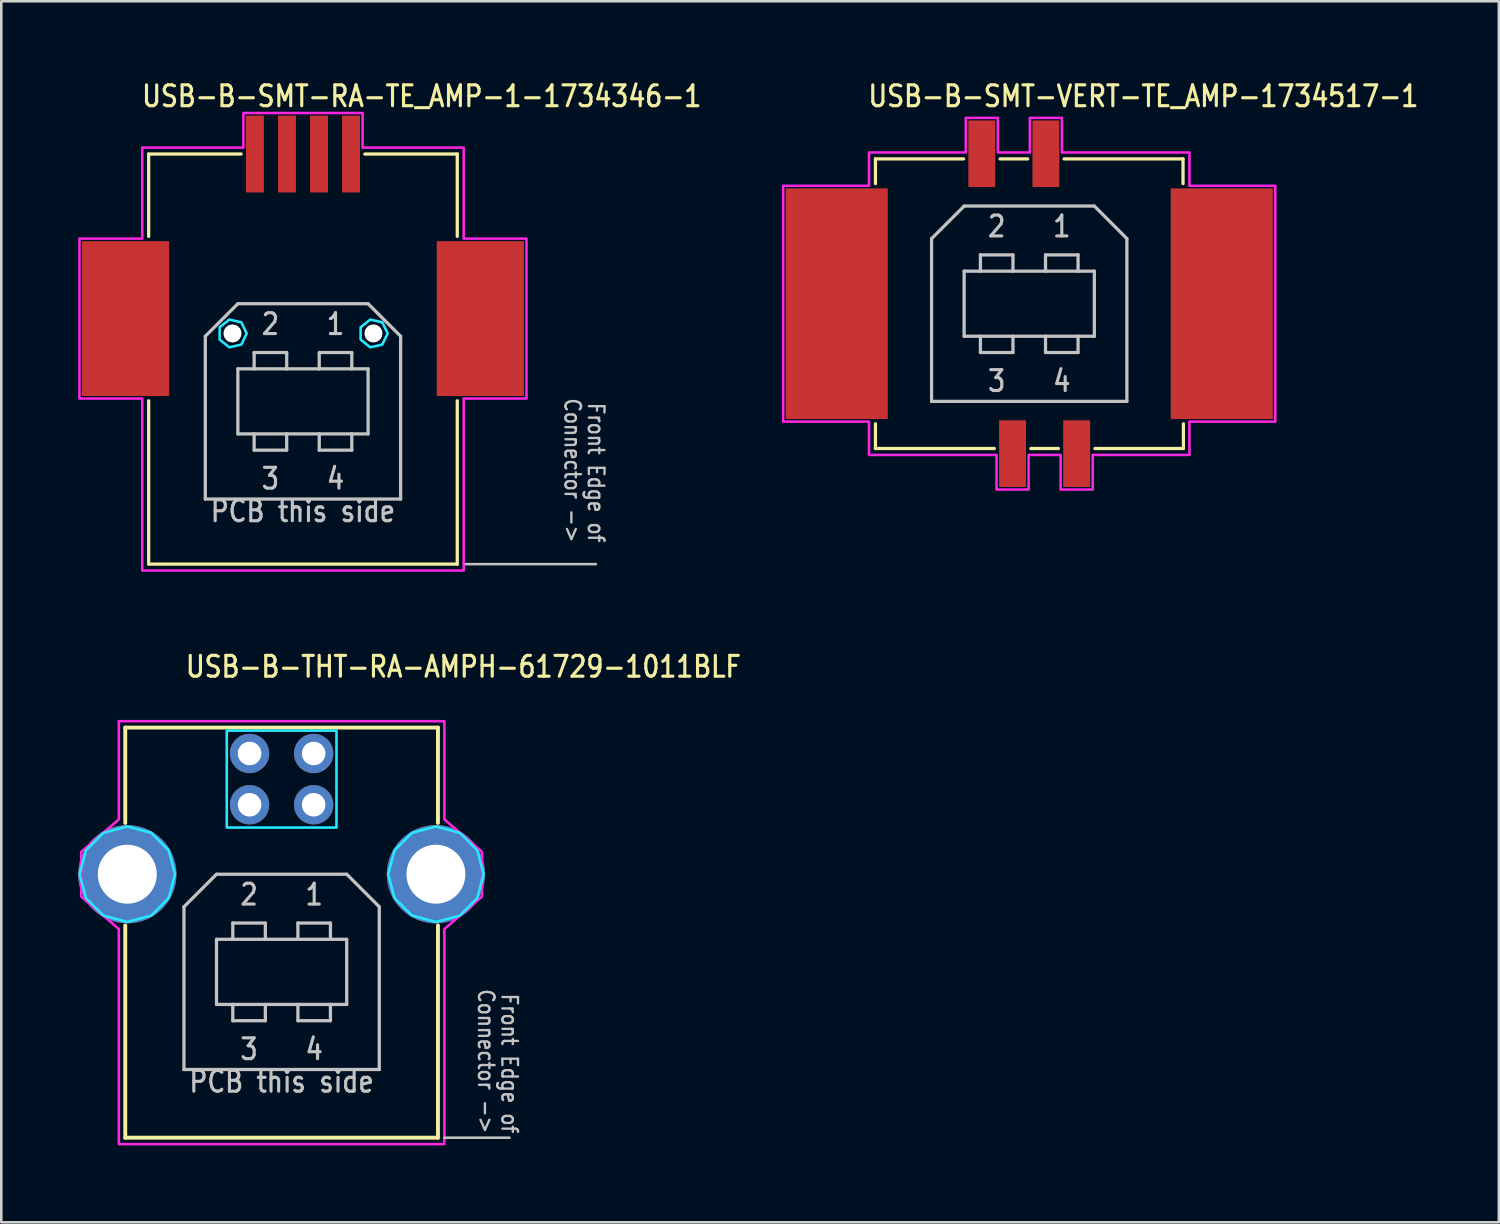
<source format=kicad_pcb>
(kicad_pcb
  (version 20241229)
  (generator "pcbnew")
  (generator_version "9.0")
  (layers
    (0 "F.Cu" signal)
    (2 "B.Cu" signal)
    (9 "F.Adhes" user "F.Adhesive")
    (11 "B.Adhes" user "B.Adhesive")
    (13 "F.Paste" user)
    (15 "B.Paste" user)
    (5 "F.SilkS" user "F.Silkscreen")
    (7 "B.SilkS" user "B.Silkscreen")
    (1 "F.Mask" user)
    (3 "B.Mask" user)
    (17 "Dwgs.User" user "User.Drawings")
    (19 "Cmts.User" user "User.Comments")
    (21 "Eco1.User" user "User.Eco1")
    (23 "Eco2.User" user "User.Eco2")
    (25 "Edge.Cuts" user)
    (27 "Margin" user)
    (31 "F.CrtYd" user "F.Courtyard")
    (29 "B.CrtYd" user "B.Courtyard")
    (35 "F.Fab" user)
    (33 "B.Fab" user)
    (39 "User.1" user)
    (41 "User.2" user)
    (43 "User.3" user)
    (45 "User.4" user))
  (footprint "USB-B-THT-RA-AMPH-61729-1011BLF"
    (layer "F.Cu")
    (at 7.937 31.057)
    (property "Reference" "USB-B-THT-RA-AMPH-61729-1011BLF" (at -3.81 -7.62 0) (unlocked yes) (layer "F.SilkS") (effects (font (size 0.813 0.695) (thickness 0.122)) (justify left bottom)))
    (fp_line (start -6.1 -5.72) (end 6.1 -5.72) (stroke (width 0.152) (type solid)) (layer "F.SilkS"))
    (fp_line (start -6.1 -2) (end -6.1 -5.72) (stroke (width 0.152) (type solid)) (layer "F.SilkS"))
    (fp_line (start -6.1 10.28) (end -6.1 2) (stroke (width 0.152) (type solid)) (layer "F.SilkS"))
    (fp_line (start 6.1 -5.72) (end 6.1 -2) (stroke (width 0.152) (type solid)) (layer "F.SilkS"))
    (fp_line (start 6.1 2) (end 6.1 10.28) (stroke (width 0.152) (type solid)) (layer "F.SilkS"))
    (fp_line (start 6.1 10.28) (end -6.1 10.28) (stroke (width 0.152) (type solid)) (layer "F.SilkS"))
    (fp_line (start -3.81 1.27) (end -3.81 7.62) (stroke (width 0.127) (type solid)) (layer "Dwgs.User"))
    (fp_line (start -3.81 7.62) (end 3.81 7.62) (stroke (width 0.127) (type solid)) (layer "Dwgs.User"))
    (fp_line (start -2.54 0) (end -3.81 1.27) (stroke (width 0.127) (type solid)) (layer "Dwgs.User"))
    (fp_line (start -2.54 2.54) (end -1.905 2.54) (stroke (width 0.127) (type solid)) (layer "Dwgs.User"))
    (fp_line (start -2.54 5.08) (end -2.54 2.54) (stroke (width 0.127) (type solid)) (layer "Dwgs.User"))
    (fp_line (start -1.905 1.905) (end -1.905 2.54) (stroke (width 0.127) (type solid)) (layer "Dwgs.User"))
    (fp_line (start -1.905 2.54) (end -0.635 2.54) (stroke (width 0.127) (type solid)) (layer "Dwgs.User"))
    (fp_line (start -1.905 5.08) (end -2.54 5.08) (stroke (width 0.127) (type solid)) (layer "Dwgs.User"))
    (fp_line (start -1.905 5.715) (end -1.905 5.08) (stroke (width 0.127) (type solid)) (layer "Dwgs.User"))
    (fp_line (start -0.635 1.905) (end -1.905 1.905) (stroke (width 0.127) (type solid)) (layer "Dwgs.User"))
    (fp_line (start -0.635 2.54) (end -0.635 1.905) (stroke (width 0.127) (type solid)) (layer "Dwgs.User"))
    (fp_line (start -0.635 2.54) (end 0.635 2.54) (stroke (width 0.127) (type solid)) (layer "Dwgs.User"))
    (fp_line (start -0.635 5.08) (end -1.905 5.08) (stroke (width 0.127) (type solid)) (layer "Dwgs.User"))
    (fp_line (start -0.635 5.08) (end -0.635 5.715) (stroke (width 0.127) (type solid)) (layer "Dwgs.User"))
    (fp_line (start -0.635 5.715) (end -1.905 5.715) (stroke (width 0.127) (type solid)) (layer "Dwgs.User"))
    (fp_line (start 0.635 1.905) (end 0.635 2.54) (stroke (width 0.127) (type solid)) (layer "Dwgs.User"))
    (fp_line (start 0.635 2.54) (end 1.905 2.54) (stroke (width 0.127) (type solid)) (layer "Dwgs.User"))
    (fp_line (start 0.635 5.08) (end -0.635 5.08) (stroke (width 0.127) (type solid)) (layer "Dwgs.User"))
    (fp_line (start 0.635 5.715) (end 0.635 5.08) (stroke (width 0.127) (type solid)) (layer "Dwgs.User"))
    (fp_line (start 1.905 1.905) (end 0.635 1.905) (stroke (width 0.127) (type solid)) (layer "Dwgs.User"))
    (fp_line (start 1.905 2.54) (end 1.905 1.905) (stroke (width 0.127) (type solid)) (layer "Dwgs.User"))
    (fp_line (start 1.905 2.54) (end 2.54 2.54) (stroke (width 0.127) (type solid)) (layer "Dwgs.User"))
    (fp_line (start 1.905 5.08) (end 0.635 5.08) (stroke (width 0.127) (type solid)) (layer "Dwgs.User"))
    (fp_line (start 1.905 5.08) (end 1.905 5.715) (stroke (width 0.127) (type solid)) (layer "Dwgs.User"))
    (fp_line (start 1.905 5.715) (end 0.635 5.715) (stroke (width 0.127) (type solid)) (layer "Dwgs.User"))
    (fp_line (start 2.54 0) (end -2.54 0) (stroke (width 0.127) (type solid)) (layer "Dwgs.User"))
    (fp_line (start 2.54 2.54) (end 2.54 5.08) (stroke (width 0.127) (type solid)) (layer "Dwgs.User"))
    (fp_line (start 2.54 5.08) (end 1.905 5.08) (stroke (width 0.127) (type solid)) (layer "Dwgs.User"))
    (fp_line (start 3.81 1.27) (end 2.54 0) (stroke (width 0.127) (type solid)) (layer "Dwgs.User"))
    (fp_line (start 3.81 7.62) (end 3.81 1.27) (stroke (width 0.127) (type solid)) (layer "Dwgs.User"))
    (fp_line (start 6.35 10.28) (end 8.89 10.28) (stroke (width 0.1) (type solid)) (layer "Dwgs.User"))
    (fp_poly (pts (xy -2.14 -5.6) (xy 2.14 -5.6) (xy 2.14 -1.82) (xy -2.14 -1.82)) (stroke (width 0.1) (type solid)) (fill no) (layer "B.CrtYd"))
    (fp_poly (pts (xy -4.157 0) (xy -4.406 -0.932) (xy -5.088 -1.614) (xy -6.02 -1.863) (xy -6.952 -1.614) (xy -7.634 -0.932) (xy -7.883 0) (xy -7.634 0.932) (xy -6.952 1.614) (xy -6.02 1.863) (xy -5.088 1.614) (xy -4.406 0.932)) (stroke (width 0.1) (type solid)) (fill no) (layer "B.CrtYd"))
    (fp_poly (pts (xy 7.883 0) (xy 7.634 -0.932) (xy 6.952 -1.614) (xy 6.02 -1.863) (xy 5.088 -1.614) (xy 4.406 -0.932) (xy 4.157 0) (xy 4.406 0.932) (xy 5.088 1.614) (xy 6.02 1.863) (xy 6.952 1.614) (xy 7.634 0.932)) (stroke (width 0.1) (type solid)) (fill no) (layer "B.CrtYd"))
    (fp_poly (pts (xy -6.35 -5.97) (xy 6.35 -5.97) (xy 6.35 -2.14) (xy 7.82 -0.87) (xy 7.82 0.87) (xy 6.35 2.14) (xy 6.35 10.53) (xy -6.35 10.53) (xy -6.35 2.14) (xy -7.82 0.87) (xy -7.82 -0.87) (xy -6.35 -2.14)) (stroke (width 0.1) (type solid)) (fill no) (layer "F.CrtYd"))
    (fp_text user "Front Edge of" (at 8.534 10.16 270) (unlocked yes) (layer "Dwgs.User") (effects (font (size 0.61 0.521) (thickness 0.091)) (justify right bottom)))
    (fp_text user "1" (at 1.27 1.27 0) (unlocked yes) (layer "Dwgs.User") (effects (font (size 0.813 0.695) (thickness 0.122)) (justify bottom)))
    (fp_text user "4" (at 1.27 6.35 0) (unlocked yes) (layer "Dwgs.User") (effects (font (size 0.813 0.695) (thickness 0.122)) (justify top)))
    (fp_text user "Connector ->" (at 7.62 10.16 270) (unlocked yes) (layer "Dwgs.User") (effects (font (size 0.61 0.521) (thickness 0.091)) (justify right bottom)))
    (fp_text user "3" (at -1.27 6.35 0) (unlocked yes) (layer "Dwgs.User") (effects (font (size 0.813 0.695) (thickness 0.122)) (justify top)))
    (fp_text user "PCB this side" (at 0 7.62 0) (unlocked yes) (layer "Dwgs.User") (effects (font (size 0.813 0.695) (thickness 0.122)) (justify top)))
    (fp_text user "2" (at -1.27 1.27 0) (unlocked yes) (layer "Dwgs.User") (effects (font (size 0.813 0.695) (thickness 0.122)) (justify bottom)))
    (pad "P$1" thru_hole oval (at 1.25 -4.71) (size 1.533 1.533) (drill 0.92) (layers "*.Cu" "*.Mask"))
    (pad "P$2" thru_hole oval (at -1.25 -4.71) (size 1.533 1.533) (drill 0.92) (layers "*.Cu" "*.Mask"))
    (pad "P$3" thru_hole oval (at -1.25 -2.71) (size 1.533 1.533) (drill 0.92) (layers "*.Cu" "*.Mask"))
    (pad "P$4" thru_hole oval (at 1.25 -2.71) (size 1.533 1.533) (drill 0.92) (layers "*.Cu" "*.Mask"))
    (pad "SHELL1" thru_hole oval (at 6.02 0) (size 3.833 3.833) (drill 2.3) (layers "*.Cu" "*.Mask"))
    (pad "SHELL2" thru_hole oval (at -6.02 0) (size 3.833 3.833) (drill 2.3) (layers "*.Cu" "*.Mask")))
  (footprint "USB-B-SMT-RA-TE_AMP-1-1734346-1"
    (layer "F.Cu")
    (at 8.77 18.959)
    (property "Reference" "USB-B-SMT-RA-TE_AMP-1-1734346-1" (at -6.35 -17.78 0) (unlocked yes) (layer "F.SilkS") (effects (font (size 0.813 0.695) (thickness 0.122)) (justify left bottom)))
    (fp_line (start -6.02 -16) (end -2.412 -16) (stroke (width 0.127) (type solid)) (layer "F.SilkS"))
    (fp_line (start -6.02 -12.787) (end -6.02 -16) (stroke (width 0.127) (type solid)) (layer "F.SilkS"))
    (fp_line (start -6.02 0) (end -6.02 -6.373) (stroke (width 0.127) (type solid)) (layer "F.SilkS"))
    (fp_line (start 2.412 -16) (end 6.02 -16) (stroke (width 0.127) (type solid)) (layer "F.SilkS"))
    (fp_line (start 6.02 -16) (end 6.02 -12.787) (stroke (width 0.127) (type solid)) (layer "F.SilkS"))
    (fp_line (start 6.02 -6.373) (end 6.02 0) (stroke (width 0.127) (type solid)) (layer "F.SilkS"))
    (fp_line (start 6.02 0) (end -6.02 0) (stroke (width 0.127) (type solid)) (layer "F.SilkS"))
    (fp_line (start -3.81 -8.89) (end -3.81 -2.54) (stroke (width 0.127) (type solid)) (layer "Dwgs.User"))
    (fp_line (start -3.81 -2.54) (end 3.81 -2.54) (stroke (width 0.127) (type solid)) (layer "Dwgs.User"))
    (fp_line (start -2.54 -10.16) (end -3.81 -8.89) (stroke (width 0.127) (type solid)) (layer "Dwgs.User"))
    (fp_line (start -2.54 -7.62) (end -1.905 -7.62) (stroke (width 0.127) (type solid)) (layer "Dwgs.User"))
    (fp_line (start -2.54 -5.08) (end -2.54 -7.62) (stroke (width 0.127) (type solid)) (layer "Dwgs.User"))
    (fp_line (start -1.905 -8.255) (end -1.905 -7.62) (stroke (width 0.127) (type solid)) (layer "Dwgs.User"))
    (fp_line (start -1.905 -7.62) (end -0.635 -7.62) (stroke (width 0.127) (type solid)) (layer "Dwgs.User"))
    (fp_line (start -1.905 -5.08) (end -2.54 -5.08) (stroke (width 0.127) (type solid)) (layer "Dwgs.User"))
    (fp_line (start -1.905 -4.445) (end -1.905 -5.08) (stroke (width 0.127) (type solid)) (layer "Dwgs.User"))
    (fp_line (start -0.635 -8.255) (end -1.905 -8.255) (stroke (width 0.127) (type solid)) (layer "Dwgs.User"))
    (fp_line (start -0.635 -7.62) (end -0.635 -8.255) (stroke (width 0.127) (type solid)) (layer "Dwgs.User"))
    (fp_line (start -0.635 -7.62) (end 0.635 -7.62) (stroke (width 0.127) (type solid)) (layer "Dwgs.User"))
    (fp_line (start -0.635 -5.08) (end -1.905 -5.08) (stroke (width 0.127) (type solid)) (layer "Dwgs.User"))
    (fp_line (start -0.635 -5.08) (end -0.635 -4.445) (stroke (width 0.127) (type solid)) (layer "Dwgs.User"))
    (fp_line (start -0.635 -4.445) (end -1.905 -4.445) (stroke (width 0.127) (type solid)) (layer "Dwgs.User"))
    (fp_line (start 0.635 -8.255) (end 0.635 -7.62) (stroke (width 0.127) (type solid)) (layer "Dwgs.User"))
    (fp_line (start 0.635 -7.62) (end 1.905 -7.62) (stroke (width 0.127) (type solid)) (layer "Dwgs.User"))
    (fp_line (start 0.635 -5.08) (end -0.635 -5.08) (stroke (width 0.127) (type solid)) (layer "Dwgs.User"))
    (fp_line (start 0.635 -4.445) (end 0.635 -5.08) (stroke (width 0.127) (type solid)) (layer "Dwgs.User"))
    (fp_line (start 1.905 -8.255) (end 0.635 -8.255) (stroke (width 0.127) (type solid)) (layer "Dwgs.User"))
    (fp_line (start 1.905 -7.62) (end 1.905 -8.255) (stroke (width 0.127) (type solid)) (layer "Dwgs.User"))
    (fp_line (start 1.905 -7.62) (end 2.54 -7.62) (stroke (width 0.127) (type solid)) (layer "Dwgs.User"))
    (fp_line (start 1.905 -5.08) (end 0.635 -5.08) (stroke (width 0.127) (type solid)) (layer "Dwgs.User"))
    (fp_line (start 1.905 -5.08) (end 1.905 -4.445) (stroke (width 0.127) (type solid)) (layer "Dwgs.User"))
    (fp_line (start 1.905 -4.445) (end 0.635 -4.445) (stroke (width 0.127) (type solid)) (layer "Dwgs.User"))
    (fp_line (start 2.54 -10.16) (end -2.54 -10.16) (stroke (width 0.127) (type solid)) (layer "Dwgs.User"))
    (fp_line (start 2.54 -7.62) (end 2.54 -5.08) (stroke (width 0.127) (type solid)) (layer "Dwgs.User"))
    (fp_line (start 2.54 -5.08) (end 1.905 -5.08) (stroke (width 0.127) (type solid)) (layer "Dwgs.User"))
    (fp_line (start 3.81 -8.89) (end 2.54 -10.16) (stroke (width 0.127) (type solid)) (layer "Dwgs.User"))
    (fp_line (start 3.81 -2.54) (end 3.81 -8.89) (stroke (width 0.127) (type solid)) (layer "Dwgs.User"))
    (fp_line (start 6.35 0) (end 11.43 0) (stroke (width 0.1) (type solid)) (layer "Dwgs.User"))
    (fp_poly (pts (xy -2.195 -9) (xy -2.404 -9.434) (xy -2.873 -9.541) (xy -3.25 -9.241) (xy -3.25 -8.759) (xy -2.873 -8.459) (xy -2.404 -8.566)) (stroke (width 0.1) (type solid)) (fill no) (layer "B.CrtYd"))
    (fp_poly (pts (xy 3.305 -9) (xy 3.096 -9.434) (xy 2.627 -9.541) (xy 2.25 -9.241) (xy 2.25 -8.759) (xy 2.627 -8.459) (xy 3.096 -8.566)) (stroke (width 0.1) (type solid)) (fill no) (layer "B.CrtYd"))
    (fp_poly (pts (xy -6.27 -6.46) (xy -8.72 -6.46) (xy -8.72 -12.7) (xy -6.27 -12.7) (xy -6.27 -16.25) (xy -2.325 -16.25) (xy -2.325 -17.6) (xy 2.325 -17.6) (xy 2.325 -16.25) (xy 6.27 -16.25) (xy 6.27 -12.7) (xy 8.72 -12.7) (xy 8.72 -6.46) (xy 6.27 -6.46) (xy 6.27 0.25) (xy -6.27 0.25)) (stroke (width 0.1) (type solid)) (fill no) (layer "F.CrtYd"))
    (fp_text user "1" (at 1.27 -8.89 0) (unlocked yes) (layer "Dwgs.User") (effects (font (size 0.813 0.695) (thickness 0.122)) (justify bottom)))
    (fp_text user "4" (at 1.27 -3.81 0) (unlocked yes) (layer "Dwgs.User") (effects (font (size 0.813 0.695) (thickness 0.122)) (justify top)))
    (fp_text user "3" (at -1.27 -3.81 0) (unlocked yes) (layer "Dwgs.User") (effects (font (size 0.813 0.695) (thickness 0.122)) (justify top)))
    (fp_text user "Connector ->  " (at 10.16 0 270) (unlocked yes) (layer "Dwgs.User") (effects (font (size 0.61 0.521) (thickness 0.091)) (justify right bottom)))
    (fp_text user "PCB this side" (at 0 -2.54 0) (unlocked yes) (layer "Dwgs.User") (effects (font (size 0.813 0.695) (thickness 0.122)) (justify top)))
    (fp_text user "Front Edge of  " (at 11.074 0 270) (unlocked yes) (layer "Dwgs.User") (effects (font (size 0.61 0.521) (thickness 0.091)) (justify right bottom)))
    (fp_text user "2" (at -1.27 -8.89 0) (unlocked yes) (layer "Dwgs.User") (effects (font (size 0.813 0.695) (thickness 0.122)) (justify bottom)))
    (pad "" np_thru_hole circle (at -2.75 -9) (size 0.7 0.7) (drill 0.7) (layers "*.Cu" "*.Mask"))
    (pad "" np_thru_hole circle (at 2.75 -9) (size 0.7 0.7) (drill 0.7) (layers "*.Cu" "*.Mask"))
    (pad "P$1" smd rect (at 1.875 -16) (size 0.7 3) (layers "F.Cu" "F.Mask" "F.Paste"))
    (pad "P$2" smd rect (at 0.625 -16) (size 0.7 3) (layers "F.Cu" "F.Mask" "F.Paste"))
    (pad "P$3" smd rect (at -0.625 -16) (size 0.7 3) (layers "F.Cu" "F.Mask" "F.Paste"))
    (pad "P$4" smd rect (at -1.875 -16) (size 0.7 3) (layers "F.Cu" "F.Mask" "F.Paste"))
    (pad "SHELL1" smd rect (at 6.92 -9.58) (size 3.4 6.04) (layers "F.Cu" "F.Mask" "F.Paste"))
    (pad "SHELL2" smd rect (at -6.92 -9.58) (size 3.4 6.04) (layers "F.Cu" "F.Mask" "F.Paste")))
  (footprint "USB-B-SMT-VERT-TE_AMP-1734517-1"
    (layer "F.Cu")
    (at 37.105 8.799)
    (property "Reference" "USB-B-SMT-VERT-TE_AMP-1734517-1" (at -6.35 -7.62 0) (unlocked yes) (layer "F.SilkS") (effects (font (size 0.813 0.695) (thickness 0.122)) (justify left bottom)))
    (fp_line (start -6 -5.65) (end -2.562 -5.65) (stroke (width 0.127) (type solid)) (layer "F.SilkS"))
    (fp_line (start -6 -4.686) (end -6 -5.65) (stroke (width 0.127) (type solid)) (layer "F.SilkS"))
    (fp_line (start -6 4.686) (end -6 5.65) (stroke (width 0.127) (type solid)) (layer "F.SilkS"))
    (fp_line (start -6 5.65) (end -1.361 5.65) (stroke (width 0.127) (type solid)) (layer "F.SilkS"))
    (fp_line (start -1.139 -5.65) (end -0.061 -5.65) (stroke (width 0.127) (type solid)) (layer "F.SilkS"))
    (fp_line (start 0.061 5.65) (end 1.139 5.65) (stroke (width 0.127) (type solid)) (layer "F.SilkS"))
    (fp_line (start 1.361 -5.65) (end 6 -5.65) (stroke (width 0.127) (type solid)) (layer "F.SilkS"))
    (fp_line (start 2.562 5.65) (end 6 5.65) (stroke (width 0.127) (type solid)) (layer "F.SilkS"))
    (fp_line (start 6 -5.65) (end 6 -4.686) (stroke (width 0.127) (type solid)) (layer "F.SilkS"))
    (fp_line (start 6.015 5.65) (end 6.015 4.686) (stroke (width 0.127) (type solid)) (layer "F.SilkS"))
    (fp_line (start -3.81 -2.54) (end -3.81 3.81) (stroke (width 0.127) (type solid)) (layer "Dwgs.User"))
    (fp_line (start -3.81 3.81) (end 3.81 3.81) (stroke (width 0.127) (type solid)) (layer "Dwgs.User"))
    (fp_line (start -2.54 -3.81) (end -3.81 -2.54) (stroke (width 0.127) (type solid)) (layer "Dwgs.User"))
    (fp_line (start -2.54 -1.27) (end -1.905 -1.27) (stroke (width 0.127) (type solid)) (layer "Dwgs.User"))
    (fp_line (start -2.54 1.27) (end -2.54 -1.27) (stroke (width 0.127) (type solid)) (layer "Dwgs.User"))
    (fp_line (start -1.905 -1.905) (end -1.905 -1.27) (stroke (width 0.127) (type solid)) (layer "Dwgs.User"))
    (fp_line (start -1.905 -1.27) (end -0.635 -1.27) (stroke (width 0.127) (type solid)) (layer "Dwgs.User"))
    (fp_line (start -1.905 1.27) (end -2.54 1.27) (stroke (width 0.127) (type solid)) (layer "Dwgs.User"))
    (fp_line (start -1.905 1.905) (end -1.905 1.27) (stroke (width 0.127) (type solid)) (layer "Dwgs.User"))
    (fp_line (start -0.635 -1.905) (end -1.905 -1.905) (stroke (width 0.127) (type solid)) (layer "Dwgs.User"))
    (fp_line (start -0.635 -1.27) (end -0.635 -1.905) (stroke (width 0.127) (type solid)) (layer "Dwgs.User"))
    (fp_line (start -0.635 -1.27) (end 0.635 -1.27) (stroke (width 0.127) (type solid)) (layer "Dwgs.User"))
    (fp_line (start -0.635 1.27) (end -1.905 1.27) (stroke (width 0.127) (type solid)) (layer "Dwgs.User"))
    (fp_line (start -0.635 1.27) (end -0.635 1.905) (stroke (width 0.127) (type solid)) (layer "Dwgs.User"))
    (fp_line (start -0.635 1.905) (end -1.905 1.905) (stroke (width 0.127) (type solid)) (layer "Dwgs.User"))
    (fp_line (start 0.635 -1.905) (end 0.635 -1.27) (stroke (width 0.127) (type solid)) (layer "Dwgs.User"))
    (fp_line (start 0.635 -1.27) (end 1.905 -1.27) (stroke (width 0.127) (type solid)) (layer "Dwgs.User"))
    (fp_line (start 0.635 1.27) (end -0.635 1.27) (stroke (width 0.127) (type solid)) (layer "Dwgs.User"))
    (fp_line (start 0.635 1.905) (end 0.635 1.27) (stroke (width 0.127) (type solid)) (layer "Dwgs.User"))
    (fp_line (start 1.905 -1.905) (end 0.635 -1.905) (stroke (width 0.127) (type solid)) (layer "Dwgs.User"))
    (fp_line (start 1.905 -1.27) (end 1.905 -1.905) (stroke (width 0.127) (type solid)) (layer "Dwgs.User"))
    (fp_line (start 1.905 -1.27) (end 2.54 -1.27) (stroke (width 0.127) (type solid)) (layer "Dwgs.User"))
    (fp_line (start 1.905 1.27) (end 0.635 1.27) (stroke (width 0.127) (type solid)) (layer "Dwgs.User"))
    (fp_line (start 1.905 1.27) (end 1.905 1.905) (stroke (width 0.127) (type solid)) (layer "Dwgs.User"))
    (fp_line (start 1.905 1.905) (end 0.635 1.905) (stroke (width 0.127) (type solid)) (layer "Dwgs.User"))
    (fp_line (start 2.54 -3.81) (end -2.54 -3.81) (stroke (width 0.127) (type solid)) (layer "Dwgs.User"))
    (fp_line (start 2.54 -1.27) (end 2.54 1.27) (stroke (width 0.127) (type solid)) (layer "Dwgs.User"))
    (fp_line (start 2.54 1.27) (end 1.905 1.27) (stroke (width 0.127) (type solid)) (layer "Dwgs.User"))
    (fp_line (start 3.81 -2.54) (end 2.54 -3.81) (stroke (width 0.127) (type solid)) (layer "Dwgs.User"))
    (fp_line (start 3.81 3.81) (end 3.81 -2.54) (stroke (width 0.127) (type solid)) (layer "Dwgs.User"))
    (fp_poly (pts (xy -9.6 4.6) (xy -9.6 -4.6) (xy -6.25 -4.6) (xy -6.25 -5.9) (xy -2.475 -5.9) (xy -2.475 -7.25) (xy -1.225 -7.25) (xy -1.225 -5.9) (xy 0.025 -5.9) (xy 0.025 -7.25) (xy 1.275 -7.25) (xy 1.275 -5.9) (xy 6.25 -5.9) (xy 6.25 -4.6) (xy 9.6 -4.6) (xy 9.6 4.6) (xy 6.25 4.6) (xy 6.25 5.9) (xy 2.475 5.9) (xy 2.475 7.25) (xy 1.225 7.25) (xy 1.225 5.9) (xy -0.025 5.9) (xy -0.025 7.25) (xy -1.275 7.25) (xy -1.275 5.9) (xy -6.25 5.9) (xy -6.25 4.6)) (stroke (width 0.1) (type solid)) (fill no) (layer "F.CrtYd"))
    (fp_text user "4" (at 1.27 2.54 0) (unlocked yes) (layer "Dwgs.User") (effects (font (size 0.813 0.695) (thickness 0.122)) (justify top)))
    (fp_text user "3" (at -1.27 2.54 0) (unlocked yes) (layer "Dwgs.User") (effects (font (size 0.813 0.695) (thickness 0.122)) (justify top)))
    (fp_text user "1" (at 1.27 -2.54 0) (unlocked yes) (layer "Dwgs.User") (effects (font (size 0.813 0.695) (thickness 0.122)) (justify bottom)))
    (fp_text user "2" (at -1.27 -2.54 0) (unlocked yes) (layer "Dwgs.User") (effects (font (size 0.813 0.695) (thickness 0.122)) (justify bottom)))
    (pad "P$1" smd rect (at 0.65 -5.85) (size 1.05 2.6) (layers "F.Cu" "F.Mask" "F.Paste"))
    (pad "P$2" smd rect (at -1.85 -5.85) (size 1.05 2.6) (layers "F.Cu" "F.Mask" "F.Paste"))
    (pad "P$3" smd rect (at -0.65 5.85) (size 1.05 2.6) (layers "F.Cu" "F.Mask" "F.Paste"))
    (pad "P$4" smd rect (at 1.85 5.85) (size 1.05 2.6) (layers "F.Cu" "F.Mask" "F.Paste"))
    (pad "SHELL1" smd rect (at 7.51 0) (size 3.98 9) (layers "F.Cu" "F.Mask" "F.Paste"))
    (pad "SHELL2" smd rect (at -7.51 0) (size 3.98 9) (layers "F.Cu" "F.Mask" "F.Paste")))
  (gr_rect
    (start -3 -3)
    (end 55.426 44.637)
    (stroke (width 0.1) (type default))
    (fill no)
    (layer "Edge.Cuts")))
</source>
